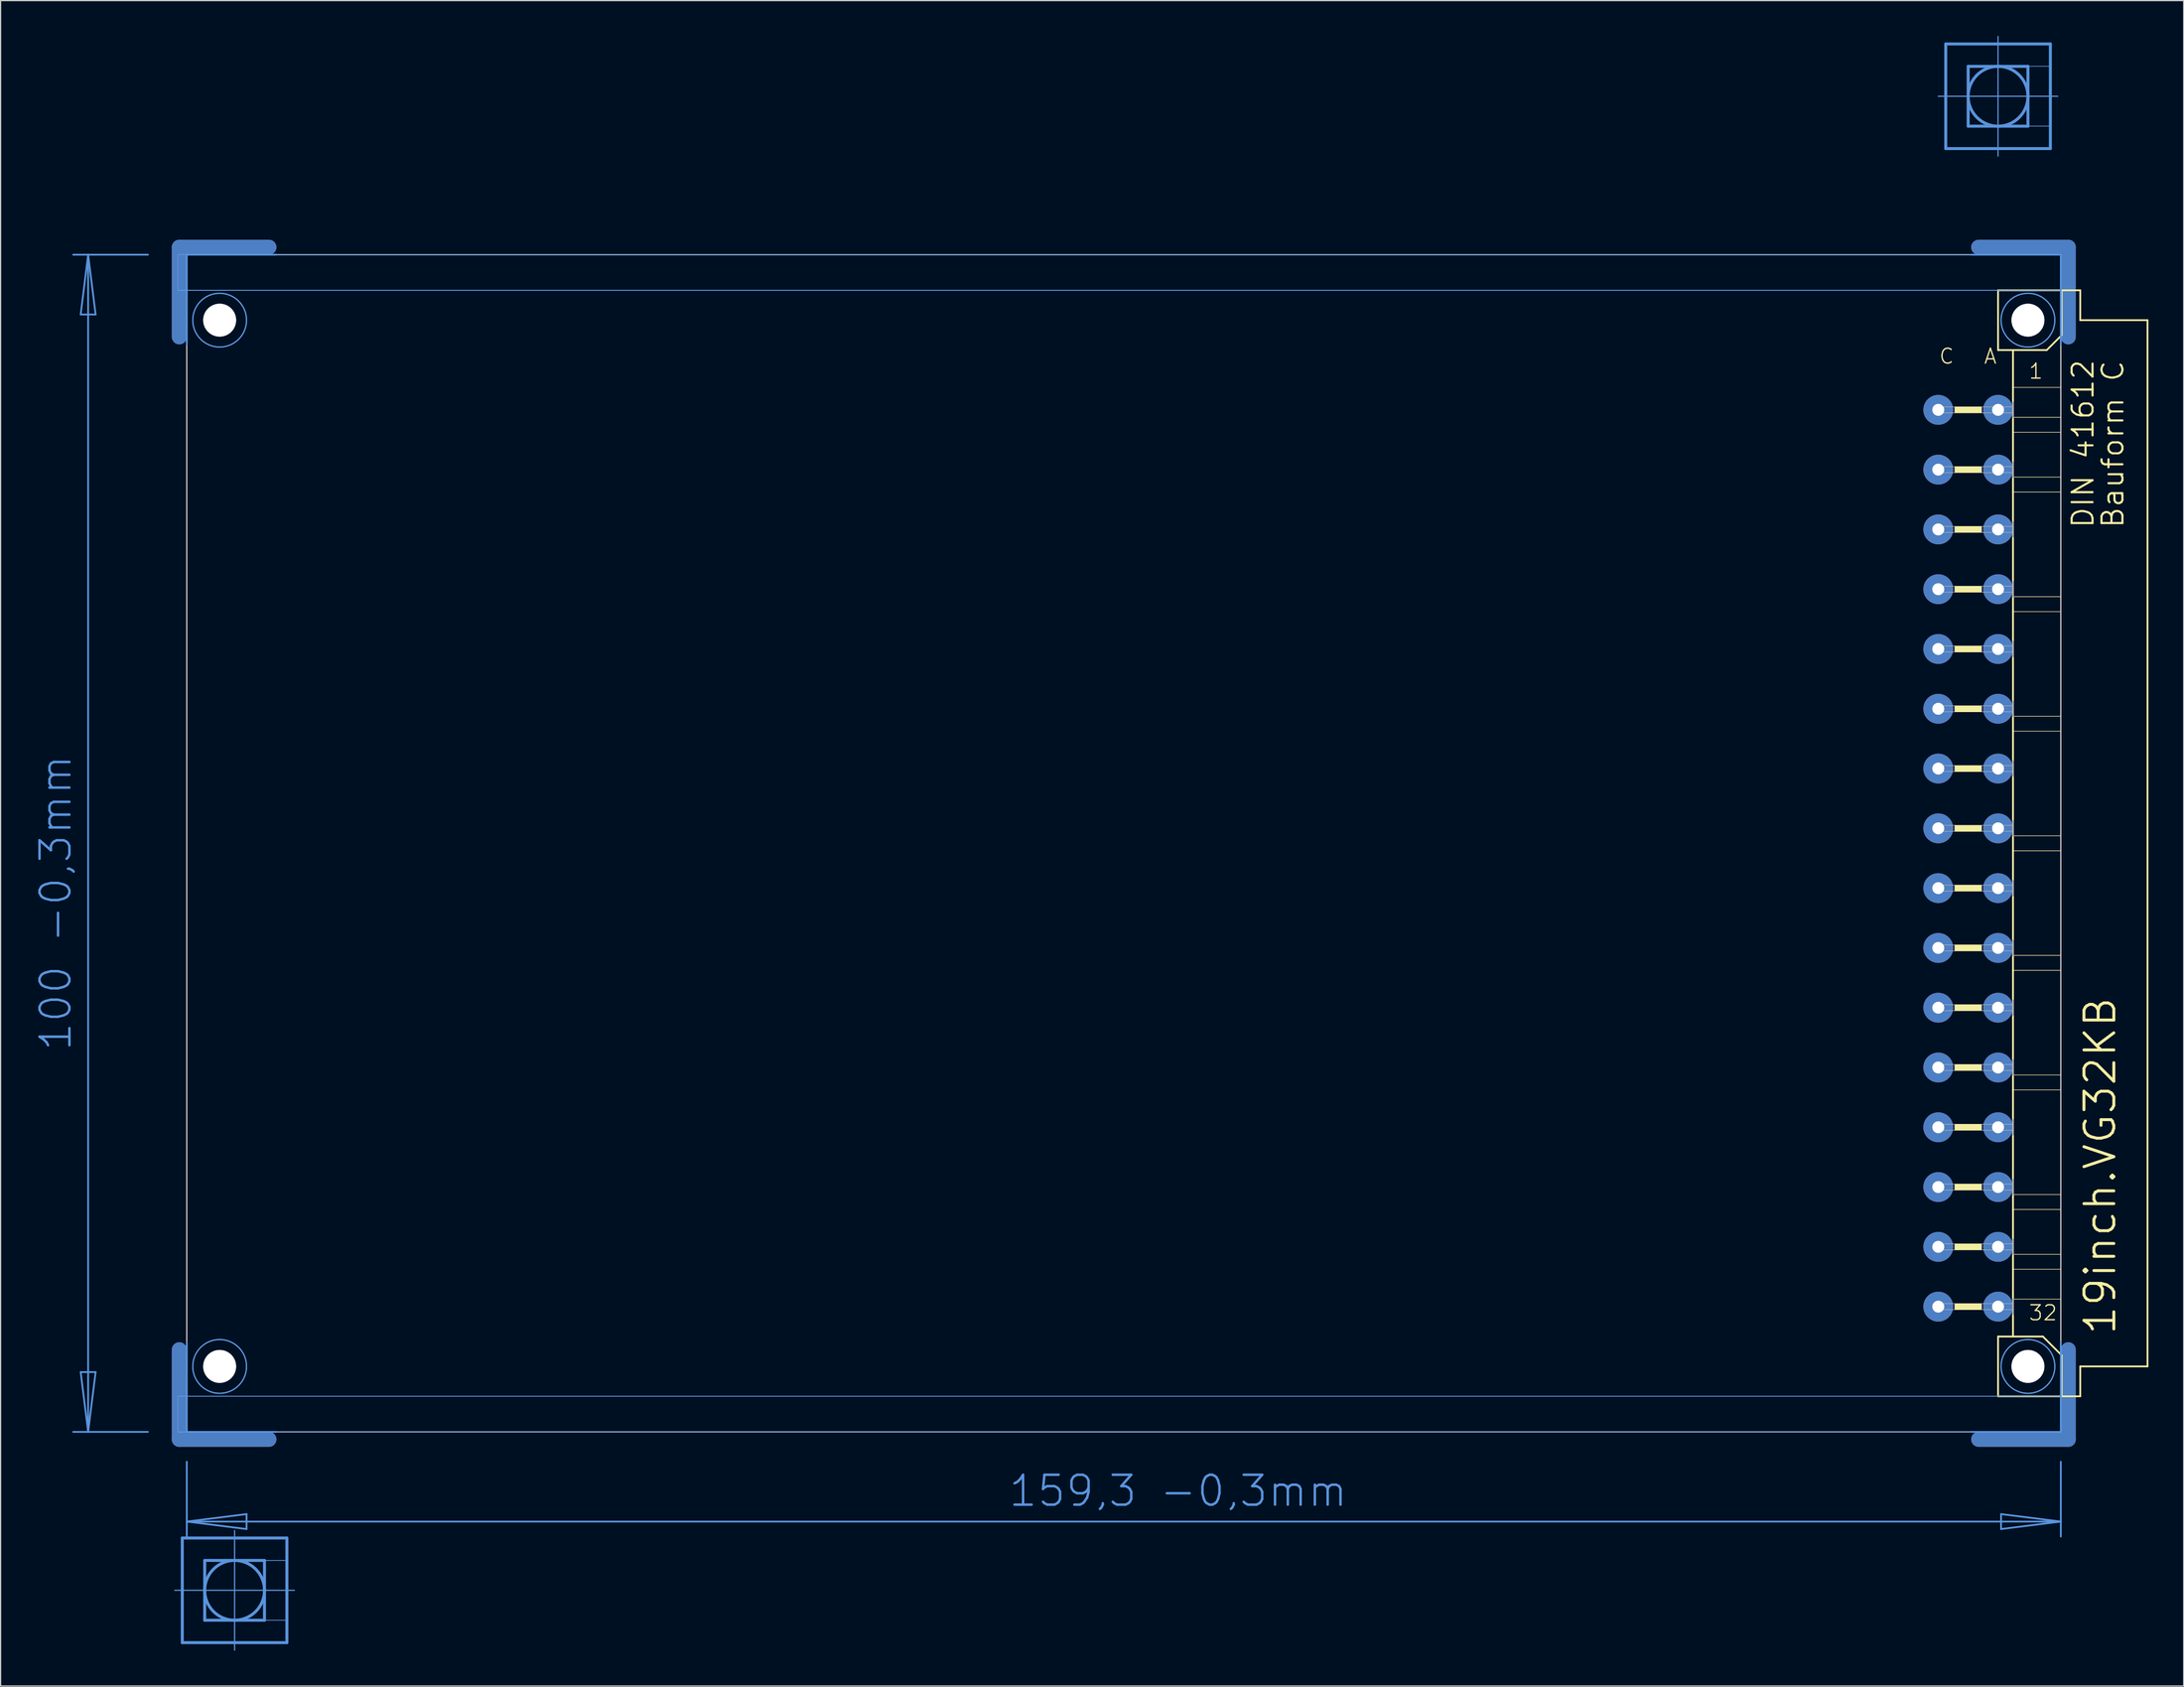
<source format=kicad_pcb>
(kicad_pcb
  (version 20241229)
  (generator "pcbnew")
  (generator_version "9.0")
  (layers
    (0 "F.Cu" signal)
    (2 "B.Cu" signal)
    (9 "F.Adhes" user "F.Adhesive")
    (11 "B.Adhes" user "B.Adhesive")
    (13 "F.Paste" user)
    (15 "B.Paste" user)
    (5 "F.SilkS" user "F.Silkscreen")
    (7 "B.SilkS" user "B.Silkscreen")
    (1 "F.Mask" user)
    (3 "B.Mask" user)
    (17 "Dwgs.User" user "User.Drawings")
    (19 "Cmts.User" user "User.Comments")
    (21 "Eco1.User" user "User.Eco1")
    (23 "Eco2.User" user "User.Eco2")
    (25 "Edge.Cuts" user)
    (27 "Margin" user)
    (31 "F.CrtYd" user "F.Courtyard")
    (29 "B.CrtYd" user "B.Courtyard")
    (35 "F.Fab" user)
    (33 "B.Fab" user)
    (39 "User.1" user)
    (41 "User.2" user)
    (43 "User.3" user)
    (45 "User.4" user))
  (footprint "19inch.VG32KB"
    (layer "F.Cu")
    (at 11.806 68.605)
    (property "Reference" "19inch.VG32KB" (at 165.1 41.91 90) (layer "F.SilkS") (effects (font (size 2.54 2.54) (thickness 0.25)) (justify left bottom)))
    (attr through_hole)
    (fp_line (start 0.381 -43.028) (end 0.381 -50.648) (stroke (width 1.27) (type default)) (layer "F.Cu"))
    (fp_line (start 0.381 43.028) (end 0.381 50.648) (stroke (width 1.27) (type default)) (layer "F.Cu"))
    (fp_line (start 8.001 -50.648) (end 0.381 -50.648) (stroke (width 1.27) (type default)) (layer "F.Cu"))
    (fp_line (start 8.001 50.648) (end 0.381 50.648) (stroke (width 1.27) (type default)) (layer "F.Cu"))
    (fp_line (start 153.289 -50.648) (end 160.909 -50.648) (stroke (width 1.27) (type default)) (layer "F.Cu"))
    (fp_line (start 153.289 50.648) (end 160.909 50.648) (stroke (width 1.27) (type default)) (layer "F.Cu"))
    (fp_line (start 160.909 -43.028) (end 160.909 -50.648) (stroke (width 1.27) (type default)) (layer "F.Cu"))
    (fp_line (start 160.909 43.028) (end 160.909 50.648) (stroke (width 1.27) (type default)) (layer "F.Cu"))
    (fp_line (start 1.016 -42.393) (end 1.016 -50.013) (stroke (width 0.152) (type default)) (layer "F.Mask"))
    (fp_line (start 1.016 42.393) (end 1.016 50.013) (stroke (width 0.152) (type default)) (layer "F.Mask"))
    (fp_line (start 8.636 -50.013) (end 1.016 -50.013) (stroke (width 0.152) (type default)) (layer "F.Mask"))
    (fp_line (start 8.636 50.013) (end 1.016 50.013) (stroke (width 0.152) (type default)) (layer "F.Mask"))
    (fp_line (start 152.654 -50.013) (end 160.274 -50.013) (stroke (width 0.152) (type default)) (layer "F.Mask"))
    (fp_line (start 152.654 50.013) (end 160.274 50.013) (stroke (width 0.152) (type default)) (layer "F.Mask"))
    (fp_line (start 160.274 -42.393) (end 160.274 -50.013) (stroke (width 0.152) (type default)) (layer "F.Mask"))
    (fp_line (start 160.274 42.393) (end 160.274 50.013) (stroke (width 0.152) (type default)) (layer "F.Mask"))
    (fp_line (start 0.381 -43.028) (end 0.381 -50.648) (stroke (width 1.27) (type default)) (layer "B.Cu"))
    (fp_line (start 0.381 43.028) (end 0.381 50.648) (stroke (width 1.27) (type default)) (layer "B.Cu"))
    (fp_line (start 8.001 -50.648) (end 0.381 -50.648) (stroke (width 1.27) (type default)) (layer "B.Cu"))
    (fp_line (start 8.001 50.648) (end 0.381 50.648) (stroke (width 1.27) (type default)) (layer "B.Cu"))
    (fp_line (start 153.289 -50.648) (end 160.909 -50.648) (stroke (width 1.27) (type default)) (layer "B.Cu"))
    (fp_line (start 153.289 50.648) (end 160.909 50.648) (stroke (width 1.27) (type default)) (layer "B.Cu"))
    (fp_line (start 160.909 -43.028) (end 160.909 -50.648) (stroke (width 1.27) (type default)) (layer "B.Cu"))
    (fp_line (start 160.909 43.028) (end 160.909 50.648) (stroke (width 1.27) (type default)) (layer "B.Cu"))
    (fp_line (start 1.016 -50.013) (end 8.636 -50.013) (stroke (width 0.152) (type default)) (layer "B.Mask"))
    (fp_line (start 1.016 -42.393) (end 1.016 -50.013) (stroke (width 0.152) (type default)) (layer "B.Mask"))
    (fp_line (start 1.016 50.013) (end 1.016 42.393) (stroke (width 0.152) (type default)) (layer "B.Mask"))
    (fp_line (start 8.636 50.013) (end 1.016 50.013) (stroke (width 0.152) (type default)) (layer "B.Mask"))
    (fp_line (start 152.654 -50.013) (end 160.274 -50.013) (stroke (width 0.152) (type default)) (layer "B.Mask"))
    (fp_line (start 160.274 -50.013) (end 160.274 -42.393) (stroke (width 0.152) (type default)) (layer "B.Mask"))
    (fp_line (start 160.274 42.393) (end 160.274 50.013) (stroke (width 0.152) (type default)) (layer "B.Mask"))
    (fp_line (start 160.274 50.013) (end 152.654 50.013) (stroke (width 0.152) (type default)) (layer "B.Mask"))
    (fp_line (start 154.94 -46.99) (end 154.94 -41.91) (stroke (width 0.152) (type default)) (layer "F.SilkS"))
    (fp_line (start 154.94 -41.91) (end 156.21 -41.91) (stroke (width 0.152) (type default)) (layer "F.SilkS"))
    (fp_line (start 154.94 41.91) (end 154.94 46.99) (stroke (width 0.152) (type default)) (layer "F.SilkS"))
    (fp_line (start 154.94 41.91) (end 156.21 41.91) (stroke (width 0.152) (type default)) (layer "F.SilkS"))
    (fp_line (start 154.94 46.99) (end 160.35 46.99) (stroke (width 0.152) (type default)) (layer "F.SilkS"))
    (fp_line (start 156.21 -41.91) (end 156.21 -38.735) (stroke (width 0.152) (type default)) (layer "F.SilkS"))
    (fp_line (start 156.21 -41.91) (end 159.08 -41.91) (stroke (width 0.152) (type default)) (layer "F.SilkS"))
    (fp_line (start 156.21 -38.735) (end 156.21 -37.465) (stroke (width 0.152) (type default)) (layer "F.SilkS"))
    (fp_line (start 156.21 -36.195) (end 156.21 -34.925) (stroke (width 0.152) (type default)) (layer "F.SilkS"))
    (fp_line (start 156.21 -32.385) (end 156.21 -34.925) (stroke (width 0.152) (type default)) (layer "F.SilkS"))
    (fp_line (start 156.21 -31.115) (end 156.21 -29.845) (stroke (width 0.152) (type default)) (layer "F.SilkS"))
    (fp_line (start 156.21 -27.305) (end 156.21 -29.845) (stroke (width 0.152) (type default)) (layer "F.SilkS"))
    (fp_line (start 156.21 -22.225) (end 156.21 -26.035) (stroke (width 0.152) (type default)) (layer "F.SilkS"))
    (fp_line (start 156.21 -20.955) (end 156.21 -19.685) (stroke (width 0.152) (type default)) (layer "F.SilkS"))
    (fp_line (start 156.21 -17.145) (end 156.21 -19.685) (stroke (width 0.152) (type default)) (layer "F.SilkS"))
    (fp_line (start 156.21 -12.065) (end 156.21 -15.875) (stroke (width 0.152) (type default)) (layer "F.SilkS"))
    (fp_line (start 156.21 -10.795) (end 156.21 -9.525) (stroke (width 0.152) (type default)) (layer "F.SilkS"))
    (fp_line (start 156.21 -6.985) (end 156.21 -9.525) (stroke (width 0.152) (type default)) (layer "F.SilkS"))
    (fp_line (start 156.21 -1.905) (end 156.21 -5.715) (stroke (width 0.152) (type default)) (layer "F.SilkS"))
    (fp_line (start 156.21 -0.635) (end 156.21 0.635) (stroke (width 0.152) (type default)) (layer "F.SilkS"))
    (fp_line (start 156.21 3.175) (end 156.21 0.635) (stroke (width 0.152) (type default)) (layer "F.SilkS"))
    (fp_line (start 156.21 8.255) (end 156.21 4.445) (stroke (width 0.152) (type default)) (layer "F.SilkS"))
    (fp_line (start 156.21 9.525) (end 156.21 10.795) (stroke (width 0.152) (type default)) (layer "F.SilkS"))
    (fp_line (start 156.21 13.335) (end 156.21 10.795) (stroke (width 0.152) (type default)) (layer "F.SilkS"))
    (fp_line (start 156.21 18.415) (end 156.21 14.605) (stroke (width 0.152) (type default)) (layer "F.SilkS"))
    (fp_line (start 156.21 19.685) (end 156.21 20.955) (stroke (width 0.152) (type default)) (layer "F.SilkS"))
    (fp_line (start 156.21 23.495) (end 156.21 20.955) (stroke (width 0.152) (type default)) (layer "F.SilkS"))
    (fp_line (start 156.21 28.575) (end 156.21 24.765) (stroke (width 0.152) (type default)) (layer "F.SilkS"))
    (fp_line (start 156.21 29.845) (end 156.21 31.115) (stroke (width 0.152) (type default)) (layer "F.SilkS"))
    (fp_line (start 156.21 33.655) (end 156.21 31.115) (stroke (width 0.152) (type default)) (layer "F.SilkS"))
    (fp_line (start 156.21 34.925) (end 156.21 36.195) (stroke (width 0.152) (type default)) (layer "F.SilkS"))
    (fp_line (start 156.21 36.195) (end 156.21 38.735) (stroke (width 0.152) (type default)) (layer "F.SilkS"))
    (fp_line (start 156.21 40.005) (end 156.21 41.91) (stroke (width 0.152) (type default)) (layer "F.SilkS"))
    (fp_line (start 156.21 41.91) (end 158.75 41.91) (stroke (width 0.152) (type default)) (layer "F.SilkS"))
    (fp_line (start 159.08 -41.91) (end 160.35 -43.18) (stroke (width 0.152) (type default)) (layer "F.SilkS"))
    (fp_line (start 160.274 -38.735) (end 156.21 -38.735) (stroke (width 0.051) (type default)) (layer "F.SilkS"))
    (fp_line (start 160.274 -38.735) (end 160.274 -36.195) (stroke (width 0.051) (type default)) (layer "F.SilkS"))
    (fp_line (start 160.274 -36.195) (end 156.21 -36.195) (stroke (width 0.051) (type default)) (layer "F.SilkS"))
    (fp_line (start 160.274 -34.925) (end 156.21 -34.925) (stroke (width 0.051) (type default)) (layer "F.SilkS"))
    (fp_line (start 160.274 -34.925) (end 160.274 -31.115) (stroke (width 0.051) (type default)) (layer "F.SilkS"))
    (fp_line (start 160.274 -31.115) (end 156.21 -31.115) (stroke (width 0.051) (type default)) (layer "F.SilkS"))
    (fp_line (start 160.274 -29.845) (end 156.21 -29.845) (stroke (width 0.051) (type default)) (layer "F.SilkS"))
    (fp_line (start 160.274 -29.845) (end 160.274 -20.955) (stroke (width 0.051) (type default)) (layer "F.SilkS"))
    (fp_line (start 160.274 -20.955) (end 156.21 -20.955) (stroke (width 0.051) (type default)) (layer "F.SilkS"))
    (fp_line (start 160.274 -19.685) (end 156.21 -19.685) (stroke (width 0.051) (type default)) (layer "F.SilkS"))
    (fp_line (start 160.274 -19.685) (end 160.274 -10.795) (stroke (width 0.051) (type default)) (layer "F.SilkS"))
    (fp_line (start 160.274 -10.795) (end 156.21 -10.795) (stroke (width 0.051) (type default)) (layer "F.SilkS"))
    (fp_line (start 160.274 -9.525) (end 156.21 -9.525) (stroke (width 0.051) (type default)) (layer "F.SilkS"))
    (fp_line (start 160.274 -9.525) (end 160.274 -0.635) (stroke (width 0.051) (type default)) (layer "F.SilkS"))
    (fp_line (start 160.274 -0.635) (end 156.21 -0.635) (stroke (width 0.051) (type default)) (layer "F.SilkS"))
    (fp_line (start 160.274 0.635) (end 156.21 0.635) (stroke (width 0.051) (type default)) (layer "F.SilkS"))
    (fp_line (start 160.274 0.635) (end 160.274 9.525) (stroke (width 0.051) (type default)) (layer "F.SilkS"))
    (fp_line (start 160.274 9.525) (end 156.21 9.525) (stroke (width 0.051) (type default)) (layer "F.SilkS"))
    (fp_line (start 160.274 10.795) (end 156.21 10.795) (stroke (width 0.051) (type default)) (layer "F.SilkS"))
    (fp_line (start 160.274 10.795) (end 160.274 19.685) (stroke (width 0.051) (type default)) (layer "F.SilkS"))
    (fp_line (start 160.274 19.685) (end 156.21 19.685) (stroke (width 0.051) (type default)) (layer "F.SilkS"))
    (fp_line (start 160.274 20.955) (end 156.21 20.955) (stroke (width 0.051) (type default)) (layer "F.SilkS"))
    (fp_line (start 160.274 20.955) (end 160.274 29.845) (stroke (width 0.051) (type default)) (layer "F.SilkS"))
    (fp_line (start 160.274 29.845) (end 156.21 29.845) (stroke (width 0.051) (type default)) (layer "F.SilkS"))
    (fp_line (start 160.274 31.115) (end 156.21 31.115) (stroke (width 0.051) (type default)) (layer "F.SilkS"))
    (fp_line (start 160.274 31.115) (end 160.274 34.925) (stroke (width 0.051) (type default)) (layer "F.SilkS"))
    (fp_line (start 160.274 34.925) (end 156.21 34.925) (stroke (width 0.051) (type default)) (layer "F.SilkS"))
    (fp_line (start 160.274 36.195) (end 156.21 36.195) (stroke (width 0.051) (type default)) (layer "F.SilkS"))
    (fp_line (start 160.274 36.195) (end 160.274 38.735) (stroke (width 0.051) (type default)) (layer "F.SilkS"))
    (fp_line (start 160.274 38.735) (end 156.21 38.735) (stroke (width 0.051) (type default)) (layer "F.SilkS"))
    (fp_line (start 160.35 -46.99) (end 154.94 -46.99) (stroke (width 0.152) (type default)) (layer "F.SilkS"))
    (fp_line (start 160.35 -43.18) (end 160.35 -46.99) (stroke (width 0.152) (type default)) (layer "F.SilkS"))
    (fp_line (start 160.35 43.51) (end 158.75 41.91) (stroke (width 0.152) (type default)) (layer "F.SilkS"))
    (fp_line (start 160.35 43.51) (end 160.35 46.99) (stroke (width 0.152) (type default)) (layer "F.SilkS"))
    (fp_line (start 160.35 46.99) (end 161.925 46.99) (stroke (width 0.152) (type default)) (layer "F.SilkS"))
    (fp_line (start 161.925 -46.99) (end 160.35 -46.99) (stroke (width 0.152) (type default)) (layer "F.SilkS"))
    (fp_line (start 161.925 -44.45) (end 161.925 -46.99) (stroke (width 0.152) (type default)) (layer "F.SilkS"))
    (fp_line (start 161.925 44.45) (end 167.64 44.45) (stroke (width 0.152) (type default)) (layer "F.SilkS"))
    (fp_line (start 161.925 46.99) (end 161.925 44.45) (stroke (width 0.152) (type default)) (layer "F.SilkS"))
    (fp_line (start 167.64 -44.45) (end 161.925 -44.45) (stroke (width 0.152) (type default)) (layer "F.SilkS"))
    (fp_line (start 167.64 44.45) (end 167.64 -44.45) (stroke (width 0.152) (type default)) (layer "F.SilkS"))
    (fp_rect (start 151.257 -36.576) (end 153.543 -37.084) (stroke (width 0.05) (type default)) (fill yes) (layer "F.SilkS"))
    (fp_rect (start 151.257 -31.496) (end 153.543 -32.004) (stroke (width 0.05) (type default)) (fill yes) (layer "F.SilkS"))
    (fp_rect (start 151.257 -26.416) (end 153.543 -26.924) (stroke (width 0.05) (type default)) (fill yes) (layer "F.SilkS"))
    (fp_rect (start 151.257 -21.336) (end 153.543 -21.844) (stroke (width 0.05) (type default)) (fill yes) (layer "F.SilkS"))
    (fp_rect (start 151.257 -16.256) (end 153.543 -16.764) (stroke (width 0.05) (type default)) (fill yes) (layer "F.SilkS"))
    (fp_rect (start 151.257 -11.176) (end 153.543 -11.684) (stroke (width 0.05) (type default)) (fill yes) (layer "F.SilkS"))
    (fp_rect (start 151.257 -6.096) (end 153.543 -6.604) (stroke (width 0.05) (type default)) (fill yes) (layer "F.SilkS"))
    (fp_rect (start 151.257 -1.016) (end 153.543 -1.524) (stroke (width 0.05) (type default)) (fill yes) (layer "F.SilkS"))
    (fp_rect (start 151.257 4.064) (end 153.543 3.556) (stroke (width 0.05) (type default)) (fill yes) (layer "F.SilkS"))
    (fp_rect (start 151.257 9.144) (end 153.543 8.636) (stroke (width 0.05) (type default)) (fill yes) (layer "F.SilkS"))
    (fp_rect (start 151.257 14.224) (end 153.543 13.716) (stroke (width 0.05) (type default)) (fill yes) (layer "F.SilkS"))
    (fp_rect (start 151.257 19.304) (end 153.543 18.796) (stroke (width 0.05) (type default)) (fill yes) (layer "F.SilkS"))
    (fp_rect (start 151.257 24.384) (end 153.543 23.876) (stroke (width 0.05) (type default)) (fill yes) (layer "F.SilkS"))
    (fp_rect (start 151.257 29.464) (end 153.543 28.956) (stroke (width 0.05) (type default)) (fill yes) (layer "F.SilkS"))
    (fp_rect (start 151.257 34.544) (end 153.543 34.036) (stroke (width 0.05) (type default)) (fill yes) (layer "F.SilkS"))
    (fp_rect (start 151.257 39.624) (end 153.543 39.116) (stroke (width 0.05) (type default)) (fill yes) (layer "F.SilkS"))
    (fp_circle (center 157.48 -44.45) (end 158.75 -44.45) (stroke (width 0.152) (type default)) (fill no) (layer "F.SilkS"))
    (fp_circle (center 157.48 44.45) (end 158.75 44.45) (stroke (width 0.152) (type default)) (fill no) (layer "F.SilkS"))
    (fp_line (start -8.636 -50.013) (end -7.366 -50.013) (stroke (width 0.152) (type default)) (layer "Cmts.User"))
    (fp_line (start -8.636 50.013) (end -7.366 50.013) (stroke (width 0.152) (type default)) (layer "Cmts.User"))
    (fp_line (start -8.001 -44.933) (end -7.366 -50.013) (stroke (width 0.152) (type default)) (layer "Cmts.User"))
    (fp_line (start -8.001 44.933) (end -6.731 44.933) (stroke (width 0.152) (type default)) (layer "Cmts.User"))
    (fp_line (start -7.366 -50.013) (end -6.731 -44.933) (stroke (width 0.152) (type default)) (layer "Cmts.User"))
    (fp_line (start -7.366 -50.013) (end -2.286 -50.013) (stroke (width 0.152) (type default)) (layer "Cmts.User"))
    (fp_line (start -7.366 50.013) (end -8.001 44.933) (stroke (width 0.152) (type default)) (layer "Cmts.User"))
    (fp_line (start -7.366 50.013) (end -7.366 -50.013) (stroke (width 0.152) (type default)) (layer "Cmts.User"))
    (fp_line (start -7.366 50.013) (end -2.286 50.013) (stroke (width 0.152) (type default)) (layer "Cmts.User"))
    (fp_line (start -6.731 -44.933) (end -8.001 -44.933) (stroke (width 0.152) (type default)) (layer "Cmts.User"))
    (fp_line (start -6.731 44.933) (end -7.366 50.013) (stroke (width 0.152) (type default)) (layer "Cmts.User"))
    (fp_line (start 0 63.475) (end 0.635 63.475) (stroke (width 0.102) (type default)) (layer "Cmts.User"))
    (fp_line (start 0.635 59.03) (end 9.525 59.03) (stroke (width 0.254) (type default)) (layer "Cmts.User"))
    (fp_line (start 0.635 63.475) (end 0.635 59.03) (stroke (width 0.254) (type default)) (layer "Cmts.User"))
    (fp_line (start 0.635 63.475) (end 10.16 63.475) (stroke (width 0.102) (type default)) (layer "Cmts.User"))
    (fp_line (start 0.635 67.92) (end 0.635 63.475) (stroke (width 0.254) (type default)) (layer "Cmts.User"))
    (fp_line (start 1.016 -50.013) (end 8.636 -50.013) (stroke (width 0.152) (type default)) (layer "Cmts.User"))
    (fp_line (start 1.016 -42.393) (end 1.016 -50.013) (stroke (width 0.152) (type default)) (layer "Cmts.User"))
    (fp_line (start 1.016 50.013) (end 1.016 42.393) (stroke (width 0.152) (type default)) (layer "Cmts.User"))
    (fp_line (start 1.016 57.633) (end 1.016 52.553) (stroke (width 0.152) (type default)) (layer "Cmts.User"))
    (fp_line (start 1.016 57.633) (end 6.096 56.998) (stroke (width 0.152) (type default)) (layer "Cmts.User"))
    (fp_line (start 1.016 57.633) (end 160.274 57.633) (stroke (width 0.152) (type default)) (layer "Cmts.User"))
    (fp_line (start 1.016 58.903) (end 1.016 57.633) (stroke (width 0.152) (type default)) (layer "Cmts.User"))
    (fp_line (start 2.54 60.935) (end 2.54 66.015) (stroke (width 0.254) (type default)) (layer "Cmts.User"))
    (fp_line (start 2.54 66.015) (end 7.62 66.015) (stroke (width 0.254) (type default)) (layer "Cmts.User"))
    (fp_line (start 5.08 68.555) (end 5.08 58.395) (stroke (width 0.102) (type default)) (layer "Cmts.User"))
    (fp_line (start 6.096 56.998) (end 6.096 58.268) (stroke (width 0.152) (type default)) (layer "Cmts.User"))
    (fp_line (start 6.096 58.268) (end 1.016 57.633) (stroke (width 0.152) (type default)) (layer "Cmts.User"))
    (fp_line (start 7.62 60.935) (end 2.54 60.935) (stroke (width 0.254) (type default)) (layer "Cmts.User"))
    (fp_line (start 7.62 66.015) (end 7.62 60.935) (stroke (width 0.254) (type default)) (layer "Cmts.User"))
    (fp_line (start 8.636 50.013) (end 1.016 50.013) (stroke (width 0.152) (type default)) (layer "Cmts.User"))
    (fp_line (start 9.525 59.03) (end 9.525 67.92) (stroke (width 0.254) (type default)) (layer "Cmts.User"))
    (fp_line (start 9.525 67.92) (end 0.635 67.92) (stroke (width 0.254) (type default)) (layer "Cmts.User"))
    (fp_line (start 149.86 -63.475) (end 150.495 -63.475) (stroke (width 0.102) (type default)) (layer "Cmts.User"))
    (fp_line (start 150.495 -67.92) (end 159.385 -67.92) (stroke (width 0.254) (type default)) (layer "Cmts.User"))
    (fp_line (start 150.495 -63.475) (end 150.495 -67.92) (stroke (width 0.254) (type default)) (layer "Cmts.User"))
    (fp_line (start 150.495 -63.475) (end 160.02 -63.475) (stroke (width 0.102) (type default)) (layer "Cmts.User"))
    (fp_line (start 150.495 -59.03) (end 150.495 -63.475) (stroke (width 0.254) (type default)) (layer "Cmts.User"))
    (fp_line (start 152.4 -66.015) (end 152.4 -60.935) (stroke (width 0.254) (type default)) (layer "Cmts.User"))
    (fp_line (start 152.4 -60.935) (end 157.48 -60.935) (stroke (width 0.254) (type default)) (layer "Cmts.User"))
    (fp_line (start 152.654 -50.013) (end 160.274 -50.013) (stroke (width 0.152) (type default)) (layer "Cmts.User"))
    (fp_line (start 154.94 -58.395) (end 154.94 -68.555) (stroke (width 0.102) (type default)) (layer "Cmts.User"))
    (fp_line (start 155.194 56.998) (end 160.274 57.633) (stroke (width 0.152) (type default)) (layer "Cmts.User"))
    (fp_line (start 155.194 58.268) (end 155.194 56.998) (stroke (width 0.152) (type default)) (layer "Cmts.User"))
    (fp_line (start 157.48 -66.015) (end 152.4 -66.015) (stroke (width 0.254) (type default)) (layer "Cmts.User"))
    (fp_line (start 157.48 -60.935) (end 157.48 -66.015) (stroke (width 0.254) (type default)) (layer "Cmts.User"))
    (fp_line (start 159.385 -67.92) (end 159.385 -59.03) (stroke (width 0.254) (type default)) (layer "Cmts.User"))
    (fp_line (start 159.385 -59.03) (end 150.495 -59.03) (stroke (width 0.254) (type default)) (layer "Cmts.User"))
    (fp_line (start 160.274 -50.013) (end 160.274 -42.393) (stroke (width 0.152) (type default)) (layer "Cmts.User"))
    (fp_line (start 160.274 42.393) (end 160.274 50.013) (stroke (width 0.152) (type default)) (layer "Cmts.User"))
    (fp_line (start 160.274 50.013) (end 152.654 50.013) (stroke (width 0.152) (type default)) (layer "Cmts.User"))
    (fp_line (start 160.274 57.633) (end 155.194 58.268) (stroke (width 0.152) (type default)) (layer "Cmts.User"))
    (fp_line (start 160.274 57.633) (end 160.274 52.553) (stroke (width 0.152) (type default)) (layer "Cmts.User"))
    (fp_line (start 160.274 58.903) (end 160.274 57.633) (stroke (width 0.152) (type default)) (layer "Cmts.User"))
    (fp_rect (start 0.254 -46.99) (end 160.274 -50.013) (stroke (width 0.05) (type default)) (fill no) (layer "Cmts.User"))
    (fp_rect (start 0.254 50.013) (end 160.274 46.99) (stroke (width 0.05) (type default)) (fill no) (layer "Cmts.User"))
    (fp_rect (start 5.08 60.935) (end 9.525 59.03) (stroke (width 0.05) (type default)) (fill no) (layer "Cmts.User"))
    (fp_rect (start 5.08 67.92) (end 9.525 66.015) (stroke (width 0.05) (type default)) (fill no) (layer "Cmts.User"))
    (fp_rect (start 7.62 66.015) (end 9.525 60.935) (stroke (width 0.05) (type default)) (fill no) (layer "Cmts.User"))
    (fp_rect (start 154.94 -66.015) (end 159.385 -67.92) (stroke (width 0.05) (type default)) (fill no) (layer "Cmts.User"))
    (fp_rect (start 154.94 -59.03) (end 159.385 -60.935) (stroke (width 0.05) (type default)) (fill no) (layer "Cmts.User"))
    (fp_rect (start 157.48 -60.935) (end 159.385 -66.015) (stroke (width 0.05) (type default)) (fill no) (layer "Cmts.User"))
    (fp_circle (center 3.81 -44.45) (end 6.096 -44.45) (stroke (width 0.1) (type default)) (fill no) (layer "Cmts.User"))
    (fp_circle (center 3.81 -44.45) (end 6.096 -44.45) (stroke (width 0.1) (type default)) (fill no) (layer "Cmts.User"))
    (fp_circle (center 3.81 44.45) (end 6.096 44.45) (stroke (width 0.1) (type default)) (fill no) (layer "Cmts.User"))
    (fp_circle (center 3.81 44.45) (end 6.096 44.45) (stroke (width 0.1) (type default)) (fill no) (layer "Cmts.User"))
    (fp_circle (center 5.08 63.475) (end 7.62 63.475) (stroke (width 0.254) (type default)) (fill no) (layer "Cmts.User"))
    (fp_circle (center 154.94 -63.475) (end 157.48 -63.475) (stroke (width 0.254) (type default)) (fill no) (layer "Cmts.User"))
    (fp_circle (center 157.48 -44.45) (end 159.766 -44.45) (stroke (width 0.1) (type default)) (fill no) (layer "Cmts.User"))
    (fp_circle (center 157.48 -44.45) (end 159.766 -44.45) (stroke (width 0.1) (type default)) (fill no) (layer "Cmts.User"))
    (fp_circle (center 157.48 44.45) (end 159.766 44.45) (stroke (width 0.1) (type default)) (fill no) (layer "Cmts.User"))
    (fp_circle (center 157.48 44.45) (end 159.766 44.45) (stroke (width 0.1) (type default)) (fill no) (layer "Cmts.User"))
    (fp_line (start 1.016 -50.013) (end 1.016 50.013) (stroke (width 0.1) (type default)) (layer "Edge.Cuts"))
    (fp_line (start 1.016 50.013) (end 160.274 50.013) (stroke (width 0.1) (type default)) (layer "Edge.Cuts"))
    (fp_line (start 160.274 -50.013) (end 1.016 -50.013) (stroke (width 0.1) (type default)) (layer "Edge.Cuts"))
    (fp_line (start 160.274 50.013) (end 160.274 -50.013) (stroke (width 0.1) (type default)) (layer "Edge.Cuts"))
    (fp_line (start 1.016 -46.99) (end 1.016 -50.013) (stroke (width 0.051) (type default)) (layer "B.CrtYd"))
    (fp_line (start 1.016 46.99) (end 1.016 50.013) (stroke (width 0.051) (type default)) (layer "B.CrtYd"))
    (fp_line (start 160.274 -50.013) (end 160.274 -46.99) (stroke (width 0.051) (type default)) (layer "B.CrtYd"))
    (fp_line (start 160.274 50.013) (end 160.274 46.99) (stroke (width 0.051) (type default)) (layer "B.CrtYd"))
    (fp_rect (start 0.254 -46.99) (end 160.274 -50.013) (stroke (width 0.05) (type default)) (fill no) (layer "B.CrtYd"))
    (fp_rect (start 0.254 50.013) (end 160.274 46.99) (stroke (width 0.05) (type default)) (fill no) (layer "B.CrtYd"))
    (fp_line (start 1.016 -46.99) (end 1.016 -50.013) (stroke (width 0.051) (type default)) (layer "F.CrtYd"))
    (fp_line (start 1.016 46.99) (end 1.016 50.013) (stroke (width 0.051) (type default)) (layer "F.CrtYd"))
    (fp_line (start 160.274 -50.013) (end 160.274 -46.99) (stroke (width 0.051) (type default)) (layer "F.CrtYd"))
    (fp_line (start 160.274 50.013) (end 160.274 46.99) (stroke (width 0.051) (type default)) (layer "F.CrtYd"))
    (fp_rect (start 0.254 -46.99) (end 160.274 -50.013) (stroke (width 0.05) (type default)) (fill no) (layer "F.CrtYd"))
    (fp_rect (start 0.254 50.013) (end 160.274 46.99) (stroke (width 0.05) (type default)) (fill no) (layer "F.CrtYd"))
    (fp_line (start 156.21 -36.195) (end 156.21 -37.465) (stroke (width 0.152) (type default)) (layer "F.Fab"))
    (fp_line (start 156.21 -31.115) (end 156.21 -32.385) (stroke (width 0.152) (type default)) (layer "F.Fab"))
    (fp_line (start 156.21 -26.035) (end 156.21 -27.305) (stroke (width 0.152) (type default)) (layer "F.Fab"))
    (fp_line (start 156.21 -20.955) (end 156.21 -22.225) (stroke (width 0.152) (type default)) (layer "F.Fab"))
    (fp_line (start 156.21 -15.875) (end 156.21 -17.145) (stroke (width 0.152) (type default)) (layer "F.Fab"))
    (fp_line (start 156.21 -10.795) (end 156.21 -12.065) (stroke (width 0.152) (type default)) (layer "F.Fab"))
    (fp_line (start 156.21 -5.715) (end 156.21 -6.985) (stroke (width 0.152) (type default)) (layer "F.Fab"))
    (fp_line (start 156.21 -0.635) (end 156.21 -1.905) (stroke (width 0.152) (type default)) (layer "F.Fab"))
    (fp_line (start 156.21 4.445) (end 156.21 3.175) (stroke (width 0.152) (type default)) (layer "F.Fab"))
    (fp_line (start 156.21 9.525) (end 156.21 8.255) (stroke (width 0.152) (type default)) (layer "F.Fab"))
    (fp_line (start 156.21 14.605) (end 156.21 13.335) (stroke (width 0.152) (type default)) (layer "F.Fab"))
    (fp_line (start 156.21 19.685) (end 156.21 18.415) (stroke (width 0.152) (type default)) (layer "F.Fab"))
    (fp_line (start 156.21 24.765) (end 156.21 23.495) (stroke (width 0.152) (type default)) (layer "F.Fab"))
    (fp_line (start 156.21 29.845) (end 156.21 28.575) (stroke (width 0.152) (type default)) (layer "F.Fab"))
    (fp_line (start 156.21 34.925) (end 156.21 33.655) (stroke (width 0.152) (type default)) (layer "F.Fab"))
    (fp_line (start 156.21 40.005) (end 156.21 38.735) (stroke (width 0.152) (type default)) (layer "F.Fab"))
    (fp_rect (start 149.606 -36.576) (end 151.257 -37.084) (stroke (width 0.05) (type default)) (fill no) (layer "F.Fab"))
    (fp_rect (start 149.606 -31.496) (end 151.257 -32.004) (stroke (width 0.05) (type default)) (fill no) (layer "F.Fab"))
    (fp_rect (start 149.606 -26.416) (end 151.257 -26.924) (stroke (width 0.05) (type default)) (fill no) (layer "F.Fab"))
    (fp_rect (start 149.606 -21.336) (end 151.257 -21.844) (stroke (width 0.05) (type default)) (fill no) (layer "F.Fab"))
    (fp_rect (start 149.606 -16.256) (end 151.257 -16.764) (stroke (width 0.05) (type default)) (fill no) (layer "F.Fab"))
    (fp_rect (start 149.606 -11.176) (end 151.257 -11.684) (stroke (width 0.05) (type default)) (fill no) (layer "F.Fab"))
    (fp_rect (start 149.606 -6.096) (end 151.257 -6.604) (stroke (width 0.05) (type default)) (fill no) (layer "F.Fab"))
    (fp_rect (start 149.606 -1.016) (end 151.257 -1.524) (stroke (width 0.05) (type default)) (fill no) (layer "F.Fab"))
    (fp_rect (start 149.606 4.064) (end 151.257 3.556) (stroke (width 0.05) (type default)) (fill no) (layer "F.Fab"))
    (fp_rect (start 149.606 9.144) (end 151.257 8.636) (stroke (width 0.05) (type default)) (fill no) (layer "F.Fab"))
    (fp_rect (start 149.606 14.224) (end 151.257 13.716) (stroke (width 0.05) (type default)) (fill no) (layer "F.Fab"))
    (fp_rect (start 149.606 19.304) (end 151.257 18.796) (stroke (width 0.05) (type default)) (fill no) (layer "F.Fab"))
    (fp_rect (start 149.606 24.384) (end 151.257 23.876) (stroke (width 0.05) (type default)) (fill no) (layer "F.Fab"))
    (fp_rect (start 149.606 29.464) (end 151.257 28.956) (stroke (width 0.05) (type default)) (fill no) (layer "F.Fab"))
    (fp_rect (start 149.606 34.544) (end 151.257 34.036) (stroke (width 0.05) (type default)) (fill no) (layer "F.Fab"))
    (fp_rect (start 149.606 39.624) (end 151.257 39.116) (stroke (width 0.05) (type default)) (fill no) (layer "F.Fab"))
    (fp_rect (start 153.543 -36.576) (end 156.21 -37.084) (stroke (width 0.05) (type default)) (fill no) (layer "F.Fab"))
    (fp_rect (start 153.543 -31.496) (end 156.21 -32.004) (stroke (width 0.05) (type default)) (fill no) (layer "F.Fab"))
    (fp_rect (start 153.543 -26.416) (end 156.21 -26.924) (stroke (width 0.05) (type default)) (fill no) (layer "F.Fab"))
    (fp_rect (start 153.543 -21.336) (end 156.21 -21.844) (stroke (width 0.05) (type default)) (fill no) (layer "F.Fab"))
    (fp_rect (start 153.543 -16.256) (end 156.21 -16.764) (stroke (width 0.05) (type default)) (fill no) (layer "F.Fab"))
    (fp_rect (start 153.543 -11.176) (end 156.21 -11.684) (stroke (width 0.05) (type default)) (fill no) (layer "F.Fab"))
    (fp_rect (start 153.543 -6.096) (end 156.21 -6.604) (stroke (width 0.05) (type default)) (fill no) (layer "F.Fab"))
    (fp_rect (start 153.543 -1.016) (end 156.21 -1.524) (stroke (width 0.05) (type default)) (fill no) (layer "F.Fab"))
    (fp_rect (start 153.543 4.064) (end 156.21 3.556) (stroke (width 0.05) (type default)) (fill no) (layer "F.Fab"))
    (fp_rect (start 153.543 9.144) (end 156.21 8.636) (stroke (width 0.05) (type default)) (fill no) (layer "F.Fab"))
    (fp_rect (start 153.543 14.224) (end 156.21 13.716) (stroke (width 0.05) (type default)) (fill no) (layer "F.Fab"))
    (fp_rect (start 153.543 19.304) (end 156.21 18.796) (stroke (width 0.05) (type default)) (fill no) (layer "F.Fab"))
    (fp_rect (start 153.543 24.384) (end 156.21 23.876) (stroke (width 0.05) (type default)) (fill no) (layer "F.Fab"))
    (fp_rect (start 153.543 29.464) (end 156.21 28.956) (stroke (width 0.05) (type default)) (fill no) (layer "F.Fab"))
    (fp_rect (start 153.543 34.544) (end 156.21 34.036) (stroke (width 0.05) (type default)) (fill no) (layer "F.Fab"))
    (fp_rect (start 153.543 39.624) (end 156.21 39.116) (stroke (width 0.05) (type default)) (fill no) (layer "F.Fab"))
    (fp_text user "Bauform C" (at 165.735 -26.67 90) (layer "F.SilkS") (effects (font (size 1.778 1.778) (thickness 0.18)) (justify left bottom)))
    (fp_text user "1" (at 157.48 -39.37 0) (layer "F.SilkS") (effects (font (size 1.27 1.27) (thickness 0.11)) (justify left bottom)))
    (fp_text user "A" (at 153.67 -40.64 0) (layer "F.SilkS") (effects (font (size 1.27 1.27) (thickness 0.11)) (justify left bottom)))
    (fp_text user "32" (at 157.48 40.64 0) (layer "F.SilkS") (effects (font (size 1.27 1.27) (thickness 0.11)) (justify left bottom)))
    (fp_text user "C" (at 149.86 -40.64 0) (layer "F.SilkS") (effects (font (size 1.27 1.27) (thickness 0.11)) (justify left bottom)))
    (fp_text user "DIN 41612" (at 163.195 -26.67 90) (layer "F.SilkS") (effects (font (size 1.778 1.778) (thickness 0.18)) (justify left bottom)))
    (fp_text user "100 -0,3mm" (at -8.636 17.78 90) (layer "Cmts.User") (effects (font (size 2.54 2.54) (thickness 0.21)) (justify left bottom)))
    (fp_text user "159,3 -0,3mm" (at 70.739 56.515 0) (layer "Cmts.User") (effects (font (size 2.54 2.54) (thickness 0.21)) (justify left bottom)))
    (pad "" np_thru_hole circle (at 3.81 -44.45) (size 2.794 2.794) (drill 2.794) (layers "*.Cu" "*.Mask"))
    (pad "" np_thru_hole circle (at 3.81 -44.45) (size 2.794 2.794) (drill 2.794) (layers "*.Cu" "*.Mask"))
    (pad "" np_thru_hole circle (at 3.81 44.45) (size 2.794 2.794) (drill 2.794) (layers "*.Cu" "*.Mask"))
    (pad "" np_thru_hole circle (at 3.81 44.45) (size 2.794 2.794) (drill 2.794) (layers "*.Cu" "*.Mask"))
    (pad "" np_thru_hole circle (at 157.48 -44.45) (size 2.794 2.794) (drill 2.794) (layers "*.Cu" "*.Mask"))
    (pad "" np_thru_hole circle (at 157.48 -44.45) (size 2.794 2.794) (drill 2.794) (layers "*.Cu" "*.Mask"))
    (pad "" np_thru_hole circle (at 157.48 44.45) (size 2.794 2.794) (drill 2.794) (layers "*.Cu" "*.Mask"))
    (pad "" np_thru_hole circle (at 157.48 44.45) (size 2.794 2.794) (drill 2.794) (layers "*.Cu" "*.Mask"))
    (pad "A2" thru_hole circle (at 154.94 -36.83) (size 2.54 2.54) (drill 1.016) (layers "*.Cu" "*.Mask"))
    (pad "A4" thru_hole circle (at 154.94 -31.75) (size 2.54 2.54) (drill 1.016) (layers "*.Cu" "*.Mask"))
    (pad "A6" thru_hole circle (at 154.94 -26.67) (size 2.54 2.54) (drill 1.016) (layers "*.Cu" "*.Mask"))
    (pad "A8" thru_hole circle (at 154.94 -21.59) (size 2.54 2.54) (drill 1.016) (layers "*.Cu" "*.Mask"))
    (pad "A10" thru_hole circle (at 154.94 -16.51) (size 2.54 2.54) (drill 1.016) (layers "*.Cu" "*.Mask"))
    (pad "A12" thru_hole circle (at 154.94 -11.43) (size 2.54 2.54) (drill 1.016) (layers "*.Cu" "*.Mask"))
    (pad "A14" thru_hole circle (at 154.94 -6.35) (size 2.54 2.54) (drill 1.016) (layers "*.Cu" "*.Mask"))
    (pad "A16" thru_hole circle (at 154.94 -1.27) (size 2.54 2.54) (drill 1.016) (layers "*.Cu" "*.Mask"))
    (pad "A18" thru_hole circle (at 154.94 3.81) (size 2.54 2.54) (drill 1.016) (layers "*.Cu" "*.Mask"))
    (pad "A20" thru_hole circle (at 154.94 8.89) (size 2.54 2.54) (drill 1.016) (layers "*.Cu" "*.Mask"))
    (pad "A22" thru_hole circle (at 154.94 13.97) (size 2.54 2.54) (drill 1.016) (layers "*.Cu" "*.Mask"))
    (pad "A24" thru_hole circle (at 154.94 19.05) (size 2.54 2.54) (drill 1.016) (layers "*.Cu" "*.Mask"))
    (pad "A26" thru_hole circle (at 154.94 24.13) (size 2.54 2.54) (drill 1.016) (layers "*.Cu" "*.Mask"))
    (pad "A28" thru_hole circle (at 154.94 29.21) (size 2.54 2.54) (drill 1.016) (layers "*.Cu" "*.Mask"))
    (pad "A30" thru_hole circle (at 154.94 34.29) (size 2.54 2.54) (drill 1.016) (layers "*.Cu" "*.Mask"))
    (pad "A32" thru_hole circle (at 154.94 39.37) (size 2.54 2.54) (drill 1.016) (layers "*.Cu" "*.Mask"))
    (pad "C2" thru_hole circle (at 149.86 -36.83) (size 2.54 2.54) (drill 1.016) (layers "*.Cu" "*.Mask"))
    (pad "C4" thru_hole circle (at 149.86 -31.75) (size 2.54 2.54) (drill 1.016) (layers "*.Cu" "*.Mask"))
    (pad "C6" thru_hole circle (at 149.86 -26.67) (size 2.54 2.54) (drill 1.016) (layers "*.Cu" "*.Mask"))
    (pad "C8" thru_hole circle (at 149.86 -21.59) (size 2.54 2.54) (drill 1.016) (layers "*.Cu" "*.Mask"))
    (pad "C10" thru_hole circle (at 149.86 -16.51) (size 2.54 2.54) (drill 1.016) (layers "*.Cu" "*.Mask"))
    (pad "C12" thru_hole circle (at 149.86 -11.43) (size 2.54 2.54) (drill 1.016) (layers "*.Cu" "*.Mask"))
    (pad "C14" thru_hole circle (at 149.86 -6.35) (size 2.54 2.54) (drill 1.016) (layers "*.Cu" "*.Mask"))
    (pad "C16" thru_hole circle (at 149.86 -1.27) (size 2.54 2.54) (drill 1.016) (layers "*.Cu" "*.Mask"))
    (pad "C18" thru_hole circle (at 149.86 3.81) (size 2.54 2.54) (drill 1.016) (layers "*.Cu" "*.Mask"))
    (pad "C20" thru_hole circle (at 149.86 8.89) (size 2.54 2.54) (drill 1.016) (layers "*.Cu" "*.Mask"))
    (pad "C22" thru_hole circle (at 149.86 13.97) (size 2.54 2.54) (drill 1.016) (layers "*.Cu" "*.Mask"))
    (pad "C24" thru_hole circle (at 149.86 19.05) (size 2.54 2.54) (drill 1.016) (layers "*.Cu" "*.Mask"))
    (pad "C26" thru_hole circle (at 149.86 24.13) (size 2.54 2.54) (drill 1.016) (layers "*.Cu" "*.Mask"))
    (pad "C28" thru_hole circle (at 149.86 29.21) (size 2.54 2.54) (drill 1.016) (layers "*.Cu" "*.Mask"))
    (pad "C30" thru_hole circle (at 149.86 34.29) (size 2.54 2.54) (drill 1.016) (layers "*.Cu" "*.Mask"))
    (pad "C32" thru_hole circle (at 149.86 39.37) (size 2.54 2.54) (drill 1.016) (layers "*.Cu" "*.Mask")))
  (gr_rect
    (start -3 -3)
    (end 182.522 140.211)
    (stroke (width 0.1) (type default))
    (fill no)
    (layer "Edge.Cuts")))
</source>
